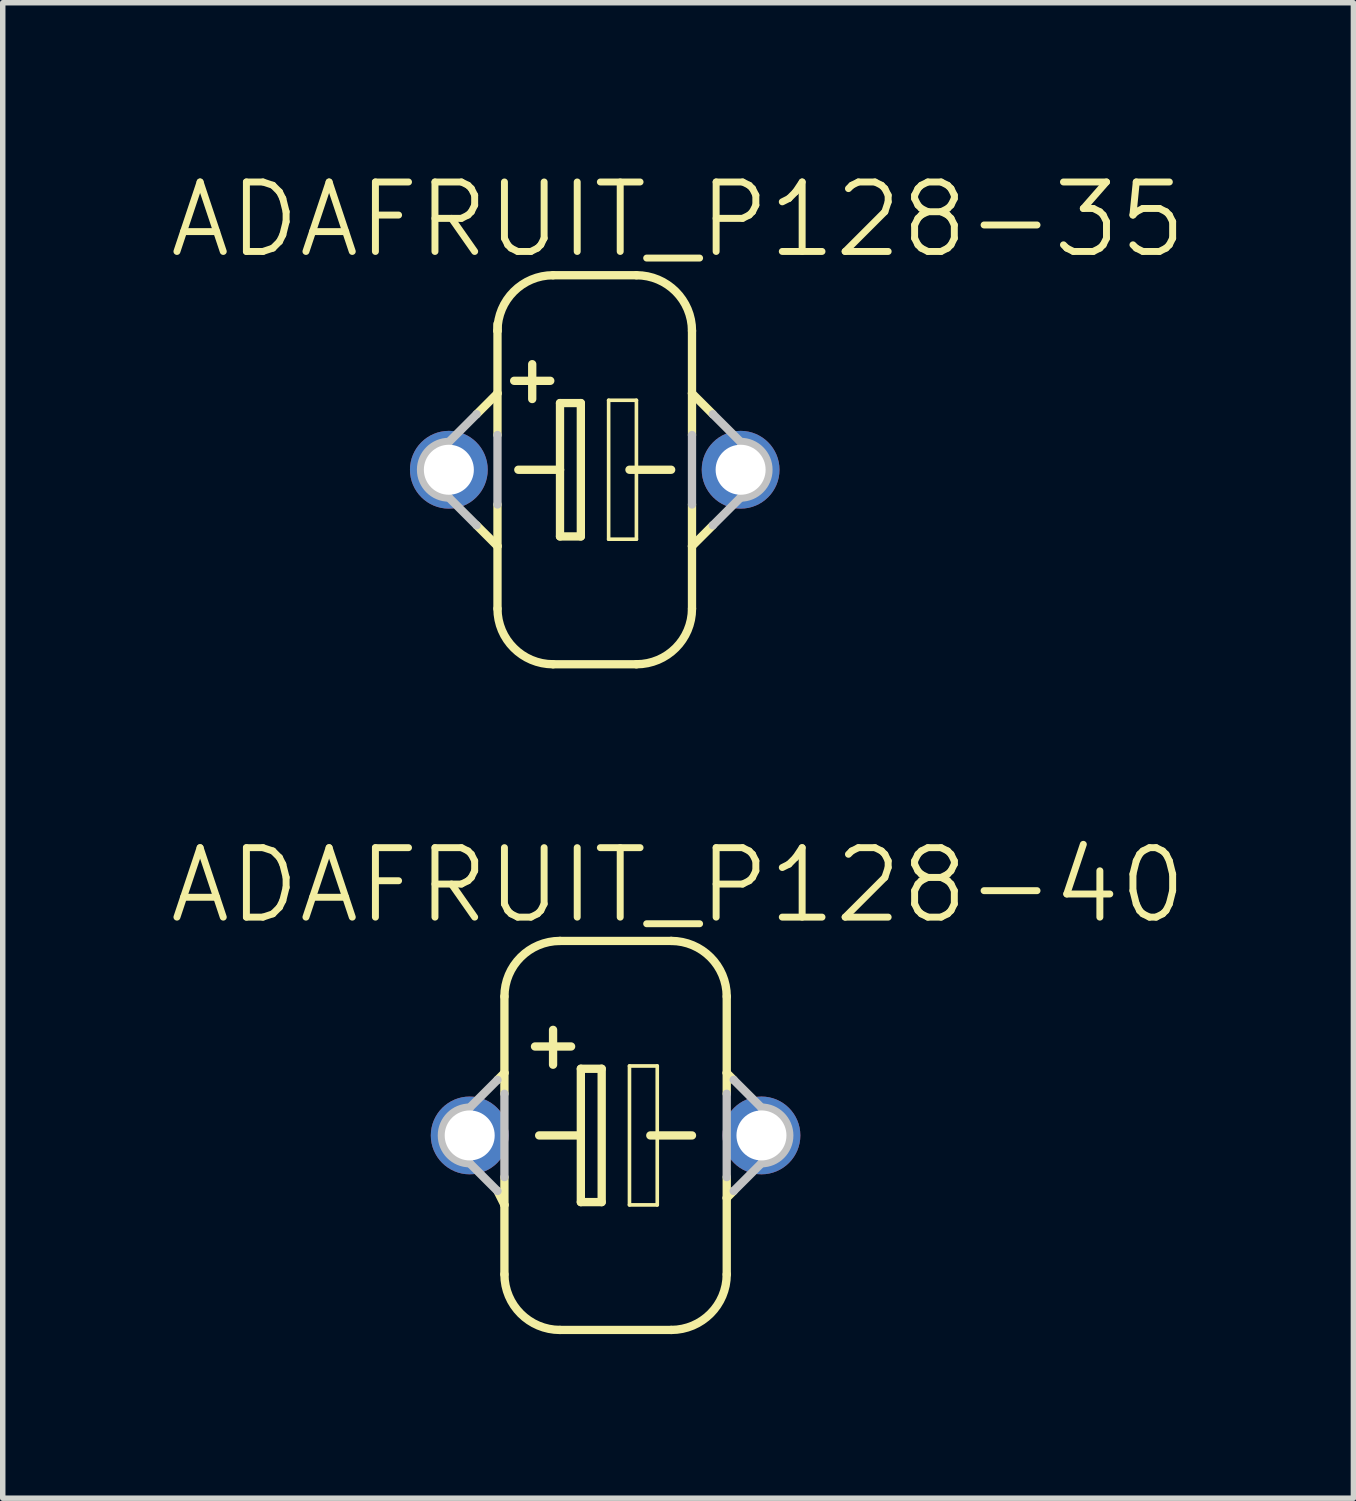
<source format=kicad_pcb>
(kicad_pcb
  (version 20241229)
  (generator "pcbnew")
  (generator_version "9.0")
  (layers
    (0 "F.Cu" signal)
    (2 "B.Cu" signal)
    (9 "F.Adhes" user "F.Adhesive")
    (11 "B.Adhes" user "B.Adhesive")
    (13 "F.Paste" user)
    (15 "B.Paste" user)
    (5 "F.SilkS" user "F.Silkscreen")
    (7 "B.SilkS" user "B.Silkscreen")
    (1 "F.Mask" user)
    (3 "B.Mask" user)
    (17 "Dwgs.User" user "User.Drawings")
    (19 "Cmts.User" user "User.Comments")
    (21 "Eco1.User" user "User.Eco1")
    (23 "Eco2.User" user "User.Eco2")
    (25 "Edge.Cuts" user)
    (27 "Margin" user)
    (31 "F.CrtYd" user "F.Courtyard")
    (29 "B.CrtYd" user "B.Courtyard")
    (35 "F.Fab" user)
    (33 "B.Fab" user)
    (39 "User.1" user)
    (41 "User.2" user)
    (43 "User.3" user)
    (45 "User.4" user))
  (footprint "ADAFRUIT_P128-35"
    (layer "F.Cu")
    (at 7.823 5.538)
    (property "Reference" "ADAFRUIT_P128-35" (at 1.524 -4.572 0) (layer "F.SilkS") (effects (font (size 1.27 1.27) (thickness 0.127))))
    (attr exclude_from_pos_files exclude_from_bom)
    (fp_line (start -2.159 -1.016) (end -1.778 -1.397) (stroke (width 0.152) (type solid)) (layer "F.SilkS"))
    (fp_line (start -1.778 -2.667) (end -1.778 -2.54) (stroke (width 0.152) (type solid)) (layer "F.SilkS"))
    (fp_line (start -1.778 -2.54) (end -1.778 -1.397) (stroke (width 0.152) (type solid)) (layer "F.SilkS"))
    (fp_line (start -1.778 -1.397) (end -1.778 -0.635) (stroke (width 0.152) (type solid)) (layer "F.SilkS"))
    (fp_line (start -1.778 0.635) (end -1.778 1.397) (stroke (width 0.152) (type solid)) (layer "F.SilkS"))
    (fp_line (start -1.778 1.397) (end -2.159 1.016) (stroke (width 0.152) (type solid)) (layer "F.SilkS"))
    (fp_line (start -1.778 1.397) (end -1.778 2.54) (stroke (width 0.152) (type solid)) (layer "F.SilkS"))
    (fp_line (start -1.397 0) (end -0.635 0) (stroke (width 0.152) (type solid)) (layer "F.SilkS"))
    (fp_line (start -1.143 -1.93) (end -1.143 -1.293) (stroke (width 0.152) (type solid)) (layer "F.SilkS"))
    (fp_line (start -0.813 -1.626) (end -1.473 -1.626) (stroke (width 0.152) (type solid)) (layer "F.SilkS"))
    (fp_line (start -0.762 3.556) (end 0.762 3.556) (stroke (width 0.152) (type solid)) (layer "F.SilkS"))
    (fp_line (start -0.635 -1.219) (end -0.635 0) (stroke (width 0.152) (type solid)) (layer "F.SilkS"))
    (fp_line (start -0.635 0) (end -0.635 1.219) (stroke (width 0.152) (type solid)) (layer "F.SilkS"))
    (fp_line (start -0.635 1.219) (end -0.254 1.219) (stroke (width 0.152) (type solid)) (layer "F.SilkS"))
    (fp_line (start -0.254 -1.219) (end -0.635 -1.219) (stroke (width 0.152) (type solid)) (layer "F.SilkS"))
    (fp_line (start -0.254 1.219) (end -0.254 -1.219) (stroke (width 0.152) (type solid)) (layer "F.SilkS"))
    (fp_line (start 0.254 -1.27) (end 0.762 -1.27) (stroke (width 0.066) (type solid)) (layer "F.SilkS"))
    (fp_line (start 0.254 1.27) (end 0.254 -1.27) (stroke (width 0.066) (type solid)) (layer "F.SilkS"))
    (fp_line (start 0.254 1.27) (end 0.762 1.27) (stroke (width 0.066) (type solid)) (layer "F.SilkS"))
    (fp_line (start 0.635 0) (end 1.397 0) (stroke (width 0.152) (type solid)) (layer "F.SilkS"))
    (fp_line (start 0.762 -3.556) (end -0.762 -3.556) (stroke (width 0.152) (type solid)) (layer "F.SilkS"))
    (fp_line (start 0.762 1.27) (end 0.762 -1.27) (stroke (width 0.066) (type solid)) (layer "F.SilkS"))
    (fp_line (start 1.778 -2.54) (end 1.778 -1.397) (stroke (width 0.152) (type solid)) (layer "F.SilkS"))
    (fp_line (start 1.778 -1.397) (end 1.778 -0.635) (stroke (width 0.152) (type solid)) (layer "F.SilkS"))
    (fp_line (start 1.778 0.635) (end 1.778 1.397) (stroke (width 0.152) (type solid)) (layer "F.SilkS"))
    (fp_line (start 1.778 1.397) (end 1.778 2.54) (stroke (width 0.152) (type solid)) (layer "F.SilkS"))
    (fp_line (start 1.778 1.397) (end 2.159 1.016) (stroke (width 0.152) (type solid)) (layer "F.SilkS"))
    (fp_line (start 2.159 -1.016) (end 1.778 -1.397) (stroke (width 0.152) (type solid)) (layer "F.SilkS"))
    (fp_arc (start -1.778 -2.54) (mid -1.48042 -3.25842) (end -0.762 -3.556) (stroke (width 0.1524) (type solid)) (layer "F.SilkS"))
    (fp_arc (start -0.762 3.556) (mid -1.48042 3.25842) (end -1.778 2.54) (stroke (width 0.1524) (type solid)) (layer "F.SilkS"))
    (fp_arc (start 0.762 -3.556) (mid 1.48042 -3.25842) (end 1.778 -2.54) (stroke (width 0.1524) (type solid)) (layer "F.SilkS"))
    (fp_arc (start 1.778 2.54) (mid 1.48042 3.25842) (end 0.762 3.556) (stroke (width 0.1524) (type solid)) (layer "F.SilkS"))
    (fp_line (start -2.667 -0.508) (end -2.159 -1.016) (stroke (width 0.152) (type solid)) (layer "Dwgs.User"))
    (fp_line (start -2.159 1.016) (end -2.667 0.508) (stroke (width 0.152) (type solid)) (layer "Dwgs.User"))
    (fp_line (start -1.778 -0.635) (end -1.778 0.635) (stroke (width 0.152) (type solid)) (layer "Dwgs.User"))
    (fp_line (start 1.778 -0.635) (end 1.778 0.635) (stroke (width 0.152) (type solid)) (layer "Dwgs.User"))
    (fp_line (start 2.159 1.016) (end 2.667 0.508) (stroke (width 0.152) (type solid)) (layer "Dwgs.User"))
    (fp_line (start 2.667 -0.508) (end 2.159 -1.016) (stroke (width 0.152) (type solid)) (layer "Dwgs.User"))
    (fp_arc (start -2.667 0.508) (mid -3.175 0) (end -2.667 -0.508) (stroke (width 0.1524) (type solid)) (layer "Dwgs.User"))
    (fp_arc (start 2.667 -0.508) (mid 3.175 0) (end 2.667 0.508) (stroke (width 0.1524) (type solid)) (layer "Dwgs.User"))
    (pad "+" thru_hole circle (at -2.667 0) (size 1.422 1.422) (drill 0.914) (layers "*.Cu" "*.Paste" "*.Mask"))
    (pad "-" thru_hole circle (at 2.667 0) (size 1.422 1.422) (drill 0.914) (layers "*.Cu" "*.Paste" "*.Mask")))
  (footprint "ADAFRUIT_P128-40"
    (layer "F.Cu")
    (at 8.204 17.708)
    (property "Reference" "ADAFRUIT_P128-40" (at 1.143 -4.572 0) (layer "F.SilkS") (effects (font (size 1.27 1.27) (thickness 0.127))))
    (attr exclude_from_pos_files exclude_from_bom)
    (fp_line (start -2.159 -1.016) (end -2.032 -1.143) (stroke (width 0.152) (type solid)) (layer "F.SilkS"))
    (fp_line (start -2.032 -2.54) (end -2.032 -1.143) (stroke (width 0.152) (type solid)) (layer "F.SilkS"))
    (fp_line (start -2.032 -1.143) (end -2.032 -0.762) (stroke (width 0.152) (type solid)) (layer "F.SilkS"))
    (fp_line (start -2.032 0.762) (end -2.032 1.27) (stroke (width 0.152) (type solid)) (layer "F.SilkS"))
    (fp_line (start -2.032 1.27) (end -2.159 1.016) (stroke (width 0.152) (type solid)) (layer "F.SilkS"))
    (fp_line (start -2.032 1.27) (end -2.032 2.54) (stroke (width 0.152) (type solid)) (layer "F.SilkS"))
    (fp_line (start -1.397 0) (end -0.635 0) (stroke (width 0.152) (type solid)) (layer "F.SilkS"))
    (fp_line (start -1.143 -1.93) (end -1.143 -1.293) (stroke (width 0.152) (type solid)) (layer "F.SilkS"))
    (fp_line (start -1.016 3.556) (end 1.016 3.556) (stroke (width 0.152) (type solid)) (layer "F.SilkS"))
    (fp_line (start -0.813 -1.626) (end -1.473 -1.626) (stroke (width 0.152) (type solid)) (layer "F.SilkS"))
    (fp_line (start -0.635 -1.219) (end -0.635 0) (stroke (width 0.152) (type solid)) (layer "F.SilkS"))
    (fp_line (start -0.635 0) (end -0.635 1.219) (stroke (width 0.152) (type solid)) (layer "F.SilkS"))
    (fp_line (start -0.635 1.219) (end -0.254 1.219) (stroke (width 0.152) (type solid)) (layer "F.SilkS"))
    (fp_line (start -0.254 -1.219) (end -0.635 -1.219) (stroke (width 0.152) (type solid)) (layer "F.SilkS"))
    (fp_line (start -0.254 1.219) (end -0.254 -1.219) (stroke (width 0.152) (type solid)) (layer "F.SilkS"))
    (fp_line (start 0.254 -1.27) (end 0.762 -1.27) (stroke (width 0.066) (type solid)) (layer "F.SilkS"))
    (fp_line (start 0.254 1.27) (end 0.254 -1.27) (stroke (width 0.066) (type solid)) (layer "F.SilkS"))
    (fp_line (start 0.254 1.27) (end 0.762 1.27) (stroke (width 0.066) (type solid)) (layer "F.SilkS"))
    (fp_line (start 0.635 0) (end 1.397 0) (stroke (width 0.152) (type solid)) (layer "F.SilkS"))
    (fp_line (start 0.762 1.27) (end 0.762 -1.27) (stroke (width 0.066) (type solid)) (layer "F.SilkS"))
    (fp_line (start 1.016 -3.556) (end -1.016 -3.556) (stroke (width 0.152) (type solid)) (layer "F.SilkS"))
    (fp_line (start 2.032 -2.54) (end 2.032 -1.143) (stroke (width 0.152) (type solid)) (layer "F.SilkS"))
    (fp_line (start 2.032 -1.143) (end 2.032 -0.762) (stroke (width 0.152) (type solid)) (layer "F.SilkS"))
    (fp_line (start 2.032 0.762) (end 2.032 1.143) (stroke (width 0.152) (type solid)) (layer "F.SilkS"))
    (fp_line (start 2.032 1.143) (end 2.032 2.54) (stroke (width 0.152) (type solid)) (layer "F.SilkS"))
    (fp_line (start 2.032 1.143) (end 2.159 1.016) (stroke (width 0.152) (type solid)) (layer "F.SilkS"))
    (fp_line (start 2.159 -1.016) (end 2.032 -1.143) (stroke (width 0.152) (type solid)) (layer "F.SilkS"))
    (fp_arc (start -2.032 -2.54) (mid -1.73442 -3.25842) (end -1.016 -3.556) (stroke (width 0.1524) (type solid)) (layer "F.SilkS"))
    (fp_arc (start -1.016 3.556) (mid -1.73442 3.25842) (end -2.032 2.54) (stroke (width 0.1524) (type solid)) (layer "F.SilkS"))
    (fp_arc (start 1.016 -3.556) (mid 1.73442 -3.25842) (end 2.032 -2.54) (stroke (width 0.1524) (type solid)) (layer "F.SilkS"))
    (fp_arc (start 2.032 2.54) (mid 1.73442 3.25842) (end 1.016 3.556) (stroke (width 0.1524) (type solid)) (layer "F.SilkS"))
    (fp_line (start -2.667 -0.508) (end -2.159 -1.016) (stroke (width 0.152) (type solid)) (layer "Dwgs.User"))
    (fp_line (start -2.159 1.016) (end -2.667 0.508) (stroke (width 0.152) (type solid)) (layer "Dwgs.User"))
    (fp_line (start -2.032 -0.762) (end -2.032 0.762) (stroke (width 0.152) (type solid)) (layer "Dwgs.User"))
    (fp_line (start 2.032 -0.762) (end 2.032 0.762) (stroke (width 0.152) (type solid)) (layer "Dwgs.User"))
    (fp_line (start 2.159 1.016) (end 2.667 0.508) (stroke (width 0.152) (type solid)) (layer "Dwgs.User"))
    (fp_line (start 2.667 -0.508) (end 2.159 -1.016) (stroke (width 0.152) (type solid)) (layer "Dwgs.User"))
    (fp_arc (start -2.667 0.508) (mid -3.175 0) (end -2.667 -0.508) (stroke (width 0.1524) (type solid)) (layer "Dwgs.User"))
    (fp_arc (start 2.667 -0.508) (mid 3.175 0) (end 2.667 0.508) (stroke (width 0.1524) (type solid)) (layer "Dwgs.User"))
    (pad "+" thru_hole circle (at -2.667 0) (size 1.422 1.422) (drill 0.914) (layers "*.Cu" "*.Paste" "*.Mask"))
    (pad "-" thru_hole circle (at 2.667 0) (size 1.422 1.422) (drill 0.914) (layers "*.Cu" "*.Paste" "*.Mask")))
  (gr_rect
    (start -3 -3)
    (end 21.693 24.34)
    (stroke (width 0.1) (type default))
    (fill no)
    (layer "Edge.Cuts")))
</source>
